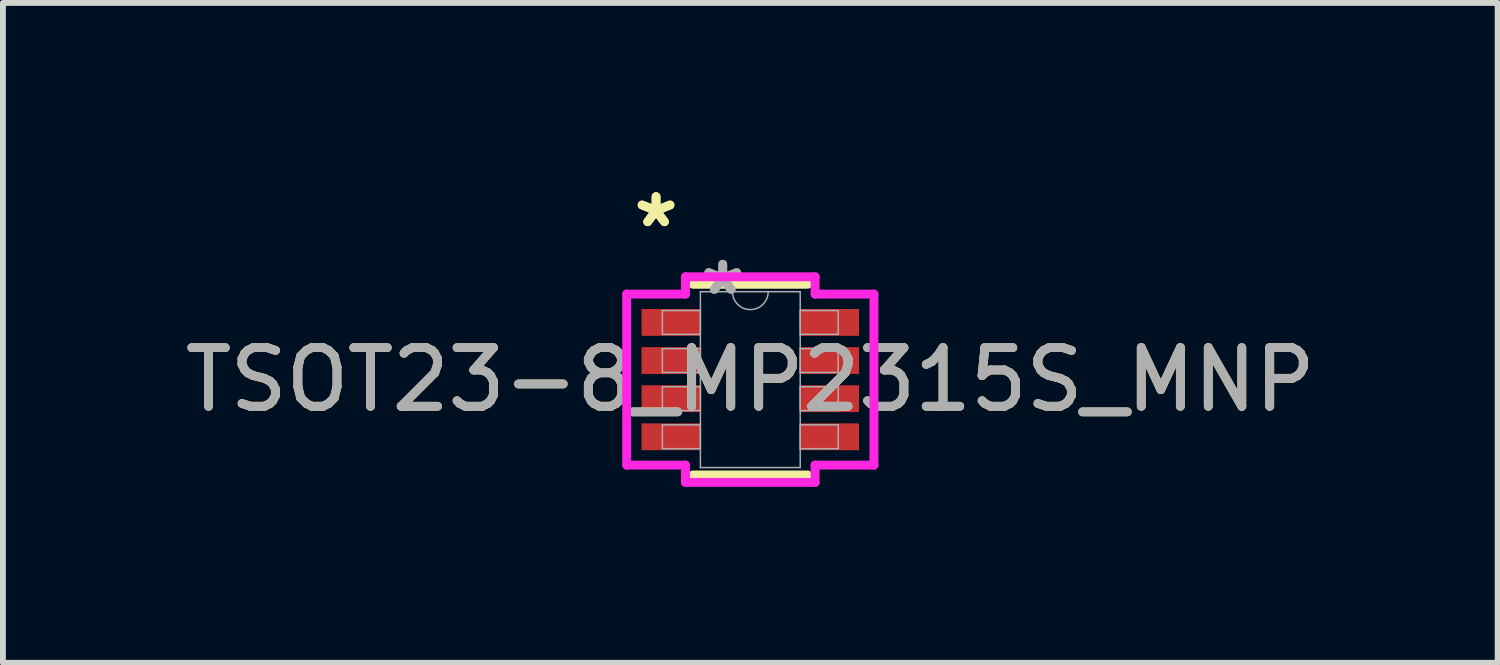
<source format=kicad_pcb>
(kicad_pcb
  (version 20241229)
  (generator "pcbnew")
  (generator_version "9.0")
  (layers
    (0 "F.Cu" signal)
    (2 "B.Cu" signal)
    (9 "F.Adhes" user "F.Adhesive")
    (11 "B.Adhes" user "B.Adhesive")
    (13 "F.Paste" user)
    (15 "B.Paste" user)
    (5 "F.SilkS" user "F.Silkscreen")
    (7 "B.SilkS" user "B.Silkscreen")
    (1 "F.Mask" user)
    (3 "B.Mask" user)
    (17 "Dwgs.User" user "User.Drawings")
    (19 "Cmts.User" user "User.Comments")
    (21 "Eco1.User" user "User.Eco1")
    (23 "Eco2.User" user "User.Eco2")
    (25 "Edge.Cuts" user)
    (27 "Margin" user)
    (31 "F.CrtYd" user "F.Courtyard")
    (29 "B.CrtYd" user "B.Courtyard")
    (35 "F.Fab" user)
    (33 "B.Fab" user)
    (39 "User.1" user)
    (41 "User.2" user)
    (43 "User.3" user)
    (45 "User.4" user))
  (footprint "TSOT23-8_MP2315S_MNP"
    (layer "F.Cu")
    (at 9.744 3.423)
    (property "Reference" "TSOT23-8_MP2315S_MNP" (at 0 0 0) (unlocked yes) (layer "F.SilkS") (effects (font (size 1 1) (thickness 0.15))))
    (attr smd)
    (fp_line (start -0.978 1.626) (end 0.978 1.626) (stroke (width 0.152) (type solid)) (layer "F.SilkS"))
    (fp_line (start 0.978 -1.626) (end -0.978 -1.626) (stroke (width 0.152) (type solid)) (layer "F.SilkS"))
    (fp_line (start -2.108 -1.458) (end -1.105 -1.458) (stroke (width 0.152) (type solid)) (layer "F.CrtYd"))
    (fp_line (start -2.108 1.458) (end -2.108 -1.458) (stroke (width 0.152) (type solid)) (layer "F.CrtYd"))
    (fp_line (start -2.108 1.458) (end -1.105 1.458) (stroke (width 0.152) (type solid)) (layer "F.CrtYd"))
    (fp_line (start -1.105 -1.753) (end 1.105 -1.753) (stroke (width 0.152) (type solid)) (layer "F.CrtYd"))
    (fp_line (start -1.105 -1.458) (end -1.105 -1.753) (stroke (width 0.152) (type solid)) (layer "F.CrtYd"))
    (fp_line (start -1.105 1.753) (end -1.105 1.458) (stroke (width 0.152) (type solid)) (layer "F.CrtYd"))
    (fp_line (start 1.105 -1.753) (end 1.105 -1.458) (stroke (width 0.152) (type solid)) (layer "F.CrtYd"))
    (fp_line (start 1.105 1.458) (end 1.105 1.753) (stroke (width 0.152) (type solid)) (layer "F.CrtYd"))
    (fp_line (start 1.105 1.753) (end -1.105 1.753) (stroke (width 0.152) (type solid)) (layer "F.CrtYd"))
    (fp_line (start 2.108 -1.458) (end 1.105 -1.458) (stroke (width 0.152) (type solid)) (layer "F.CrtYd"))
    (fp_line (start 2.108 -1.458) (end 2.108 1.458) (stroke (width 0.152) (type solid)) (layer "F.CrtYd"))
    (fp_line (start 2.108 1.458) (end 1.105 1.458) (stroke (width 0.152) (type solid)) (layer "F.CrtYd"))
    (fp_line (start -1.499 -1.178) (end -1.499 -0.772) (stroke (width 0.025) (type solid)) (layer "F.Fab"))
    (fp_line (start -1.499 -0.772) (end -0.851 -0.772) (stroke (width 0.025) (type solid)) (layer "F.Fab"))
    (fp_line (start -1.499 -0.528) (end -1.499 -0.122) (stroke (width 0.025) (type solid)) (layer "F.Fab"))
    (fp_line (start -1.499 -0.122) (end -0.851 -0.122) (stroke (width 0.025) (type solid)) (layer "F.Fab"))
    (fp_line (start -1.499 0.122) (end -1.499 0.528) (stroke (width 0.025) (type solid)) (layer "F.Fab"))
    (fp_line (start -1.499 0.528) (end -0.851 0.528) (stroke (width 0.025) (type solid)) (layer "F.Fab"))
    (fp_line (start -1.499 0.772) (end -1.499 1.178) (stroke (width 0.025) (type solid)) (layer "F.Fab"))
    (fp_line (start -1.499 1.178) (end -0.851 1.178) (stroke (width 0.025) (type solid)) (layer "F.Fab"))
    (fp_line (start -0.851 -1.499) (end -0.851 1.499) (stroke (width 0.025) (type solid)) (layer "F.Fab"))
    (fp_line (start -0.851 -1.178) (end -1.499 -1.178) (stroke (width 0.025) (type solid)) (layer "F.Fab"))
    (fp_line (start -0.851 -0.772) (end -0.851 -1.178) (stroke (width 0.025) (type solid)) (layer "F.Fab"))
    (fp_line (start -0.851 -0.528) (end -1.499 -0.528) (stroke (width 0.025) (type solid)) (layer "F.Fab"))
    (fp_line (start -0.851 -0.122) (end -0.851 -0.528) (stroke (width 0.025) (type solid)) (layer "F.Fab"))
    (fp_line (start -0.851 0.122) (end -1.499 0.122) (stroke (width 0.025) (type solid)) (layer "F.Fab"))
    (fp_line (start -0.851 0.528) (end -0.851 0.122) (stroke (width 0.025) (type solid)) (layer "F.Fab"))
    (fp_line (start -0.851 0.772) (end -1.499 0.772) (stroke (width 0.025) (type solid)) (layer "F.Fab"))
    (fp_line (start -0.851 1.178) (end -0.851 0.772) (stroke (width 0.025) (type solid)) (layer "F.Fab"))
    (fp_line (start -0.851 1.499) (end 0.851 1.499) (stroke (width 0.025) (type solid)) (layer "F.Fab"))
    (fp_line (start 0.851 -1.499) (end -0.851 -1.499) (stroke (width 0.025) (type solid)) (layer "F.Fab"))
    (fp_line (start 0.851 -1.178) (end 0.851 -0.772) (stroke (width 0.025) (type solid)) (layer "F.Fab"))
    (fp_line (start 0.851 -0.772) (end 1.499 -0.772) (stroke (width 0.025) (type solid)) (layer "F.Fab"))
    (fp_line (start 0.851 -0.528) (end 0.851 -0.122) (stroke (width 0.025) (type solid)) (layer "F.Fab"))
    (fp_line (start 0.851 -0.122) (end 1.499 -0.122) (stroke (width 0.025) (type solid)) (layer "F.Fab"))
    (fp_line (start 0.851 0.122) (end 0.851 0.528) (stroke (width 0.025) (type solid)) (layer "F.Fab"))
    (fp_line (start 0.851 0.528) (end 1.499 0.528) (stroke (width 0.025) (type solid)) (layer "F.Fab"))
    (fp_line (start 0.851 0.772) (end 0.851 1.178) (stroke (width 0.025) (type solid)) (layer "F.Fab"))
    (fp_line (start 0.851 1.178) (end 1.499 1.178) (stroke (width 0.025) (type solid)) (layer "F.Fab"))
    (fp_line (start 0.851 1.499) (end 0.851 -1.499) (stroke (width 0.025) (type solid)) (layer "F.Fab"))
    (fp_line (start 1.499 -1.178) (end 0.851 -1.178) (stroke (width 0.025) (type solid)) (layer "F.Fab"))
    (fp_line (start 1.499 -0.772) (end 1.499 -1.178) (stroke (width 0.025) (type solid)) (layer "F.Fab"))
    (fp_line (start 1.499 -0.528) (end 0.851 -0.528) (stroke (width 0.025) (type solid)) (layer "F.Fab"))
    (fp_line (start 1.499 -0.122) (end 1.499 -0.528) (stroke (width 0.025) (type solid)) (layer "F.Fab"))
    (fp_line (start 1.499 0.122) (end 0.851 0.122) (stroke (width 0.025) (type solid)) (layer "F.Fab"))
    (fp_line (start 1.499 0.528) (end 1.499 0.122) (stroke (width 0.025) (type solid)) (layer "F.Fab"))
    (fp_line (start 1.499 0.772) (end 0.851 0.772) (stroke (width 0.025) (type solid)) (layer "F.Fab"))
    (fp_line (start 1.499 1.178) (end 1.499 0.772) (stroke (width 0.025) (type solid)) (layer "F.Fab"))
    (fp_arc (start 0.3048 -1.4986) (mid 0 -1.1938) (end -0.3048 -1.4986) (stroke (width 0.0254) (type solid)) (layer "F.Fab"))
    (fp_text user "*" (at -1.607 -2.575 0) (layer "F.SilkS") (effects (font (size 1 1) (thickness 0.15))))
    (fp_text user "*" (at -1.607 -2.575 0) (unlocked yes) (layer "F.SilkS") (effects (font (size 1 1) (thickness 0.15))))
    (fp_text user "*" (at -0.47 -1.422 0) (layer "F.Fab") (effects (font (size 1 1) (thickness 0.15))))
    (fp_text user "${REFERENCE}" (at 0 0 0) (unlocked yes) (layer "F.Fab") (effects (font (size 1 1) (thickness 0.15))))
    (fp_text user "*" (at -0.47 -1.422 0) (unlocked yes) (layer "F.Fab") (effects (font (size 1 1) (thickness 0.15))))
    (pad "1" smd rect (at -1.353 -0.975) (size 1.003 0.457) (layers "F.Cu" "F.Mask" "F.Paste"))
    (pad "2" smd rect (at -1.353 -0.325) (size 1.003 0.457) (layers "F.Cu" "F.Mask" "F.Paste"))
    (pad "3" smd rect (at -1.353 0.325) (size 1.003 0.457) (layers "F.Cu" "F.Mask" "F.Paste"))
    (pad "4" smd rect (at -1.353 0.975) (size 1.003 0.457) (layers "F.Cu" "F.Mask" "F.Paste"))
    (pad "5" smd rect (at 1.353 0.975) (size 1.003 0.457) (layers "F.Cu" "F.Mask" "F.Paste"))
    (pad "6" smd rect (at 1.353 0.325) (size 1.003 0.457) (layers "F.Cu" "F.Mask" "F.Paste"))
    (pad "7" smd rect (at 1.353 -0.325) (size 1.003 0.457) (layers "F.Cu" "F.Mask" "F.Paste"))
    (pad "8" smd rect (at 1.353 -0.975) (size 1.003 0.457) (layers "F.Cu" "F.Mask" "F.Paste")))
  (gr_rect
    (start -3 -3)
    (end 22.488 8.252)
    (stroke (width 0.1) (type default))
    (fill no)
    (layer "Edge.Cuts")))
</source>
